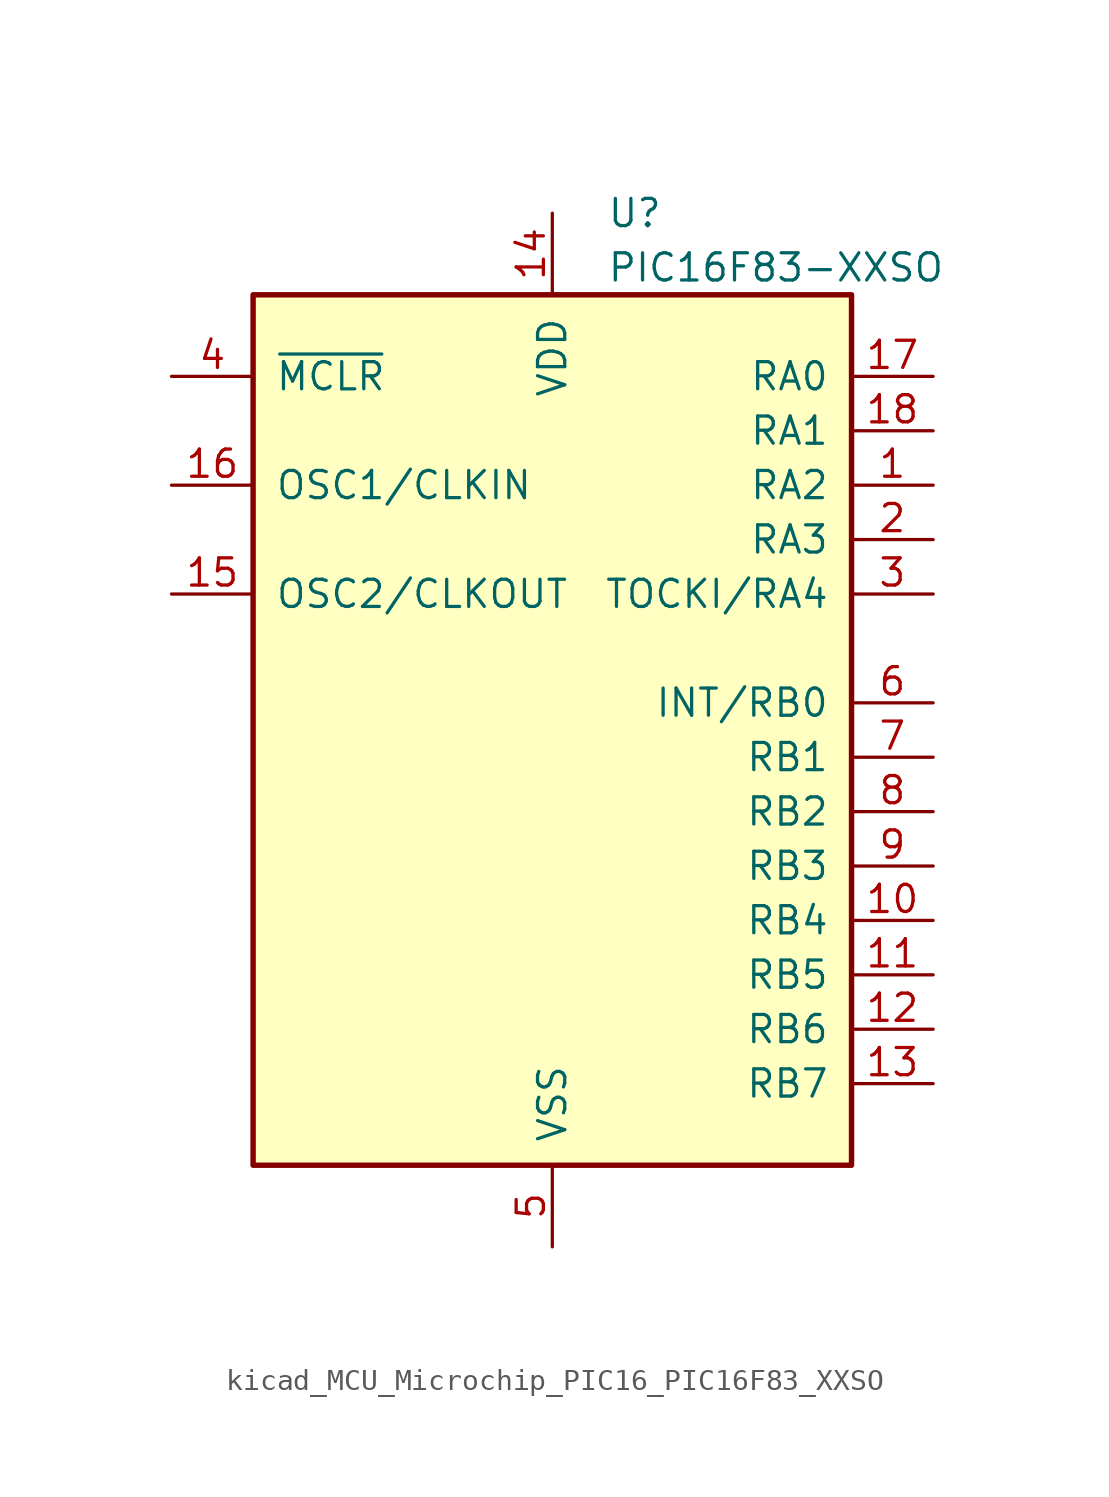
<source format=kicad_sym>
(kicad_symbol_lib
  (version 20220914)
  (generator kicad_symbol_editor)
  (symbol "kicad_MCU_Microchip_PIC16_PIC16F83_XXSO"
    (pin_names
      (offset 1.016))
    (property "Reference" "U"
      (at 2.54 22.86 0)
      (effects (font (size 1.27 1.27)) (justify left)))
    (property "Value" "PIC16F83-XXSO"
      (at 2.54 20.32 0)
      (effects (font (size 1.27 1.27)) (justify left)))
    (symbol "kicad_MCU_Microchip_PIC16_PIC16F83_XXSO_0_1"
      (rectangle (start -13.97 19.05) (end 13.97 -21.59) (stroke (width 0.254) (type default)) (fill (type background))))
    (symbol "kicad_MCU_Microchip_PIC16_PIC16F83_XXSO_1_1"
      (pin bidirectional line (at 17.78 10.16 180) (length 3.81) (name "RA2" (effects (font (size 1.27 1.27)))) (number "1" (effects (font (size 1.27 1.27)))))
      (pin bidirectional line (at 17.78 -10.16 180) (length 3.81) (name "RB4" (effects (font (size 1.27 1.27)))) (number "10" (effects (font (size 1.27 1.27)))))
      (pin bidirectional line (at 17.78 -12.7 180) (length 3.81) (name "RB5" (effects (font (size 1.27 1.27)))) (number "11" (effects (font (size 1.27 1.27)))))
      (pin bidirectional line (at 17.78 -15.24 180) (length 3.81) (name "RB6" (effects (font (size 1.27 1.27)))) (number "12" (effects (font (size 1.27 1.27)))))
      (pin bidirectional line (at 17.78 -17.78 180) (length 3.81) (name "RB7" (effects (font (size 1.27 1.27)))) (number "13" (effects (font (size 1.27 1.27)))))
      (pin power_in line (at 0 22.86 270) (length 3.81) (name "VDD" (effects (font (size 1.27 1.27)))) (number "14" (effects (font (size 1.27 1.27)))))
      (pin output line (at -17.78 5.08 0) (length 3.81) (name "OSC2/CLKOUT" (effects (font (size 1.27 1.27)))) (number "15" (effects (font (size 1.27 1.27)))))
      (pin input line (at -17.78 10.16 0) (length 3.81) (name "OSC1/CLKIN" (effects (font (size 1.27 1.27)))) (number "16" (effects (font (size 1.27 1.27)))))
      (pin bidirectional line (at 17.78 15.24 180) (length 3.81) (name "RA0" (effects (font (size 1.27 1.27)))) (number "17" (effects (font (size 1.27 1.27)))))
      (pin bidirectional line (at 17.78 12.7 180) (length 3.81) (name "RA1" (effects (font (size 1.27 1.27)))) (number "18" (effects (font (size 1.27 1.27)))))
      (pin bidirectional line (at 17.78 7.62 180) (length 3.81) (name "RA3" (effects (font (size 1.27 1.27)))) (number "2" (effects (font (size 1.27 1.27)))))
      (pin bidirectional line (at 17.78 5.08 180) (length 3.81) (name "TOCKI/RA4" (effects (font (size 1.27 1.27)))) (number "3" (effects (font (size 1.27 1.27)))))
      (pin input line (at -17.78 15.24 0) (length 3.81) (name "~{MCLR}" (effects (font (size 1.27 1.27)))) (number "4" (effects (font (size 1.27 1.27)))))
      (pin power_in line (at 0 -25.4 90) (length 3.81) (name "VSS" (effects (font (size 1.27 1.27)))) (number "5" (effects (font (size 1.27 1.27)))))
      (pin bidirectional line (at 17.78 0 180) (length 3.81) (name "INT/RB0" (effects (font (size 1.27 1.27)))) (number "6" (effects (font (size 1.27 1.27)))))
      (pin bidirectional line (at 17.78 -2.54 180) (length 3.81) (name "RB1" (effects (font (size 1.27 1.27)))) (number "7" (effects (font (size 1.27 1.27)))))
      (pin bidirectional line (at 17.78 -5.08 180) (length 3.81) (name "RB2" (effects (font (size 1.27 1.27)))) (number "8" (effects (font (size 1.27 1.27)))))
      (pin bidirectional line (at 17.78 -7.62 180) (length 3.81) (name "RB3" (effects (font (size 1.27 1.27)))) (number "9" (effects (font (size 1.27 1.27))))))))
</source>
